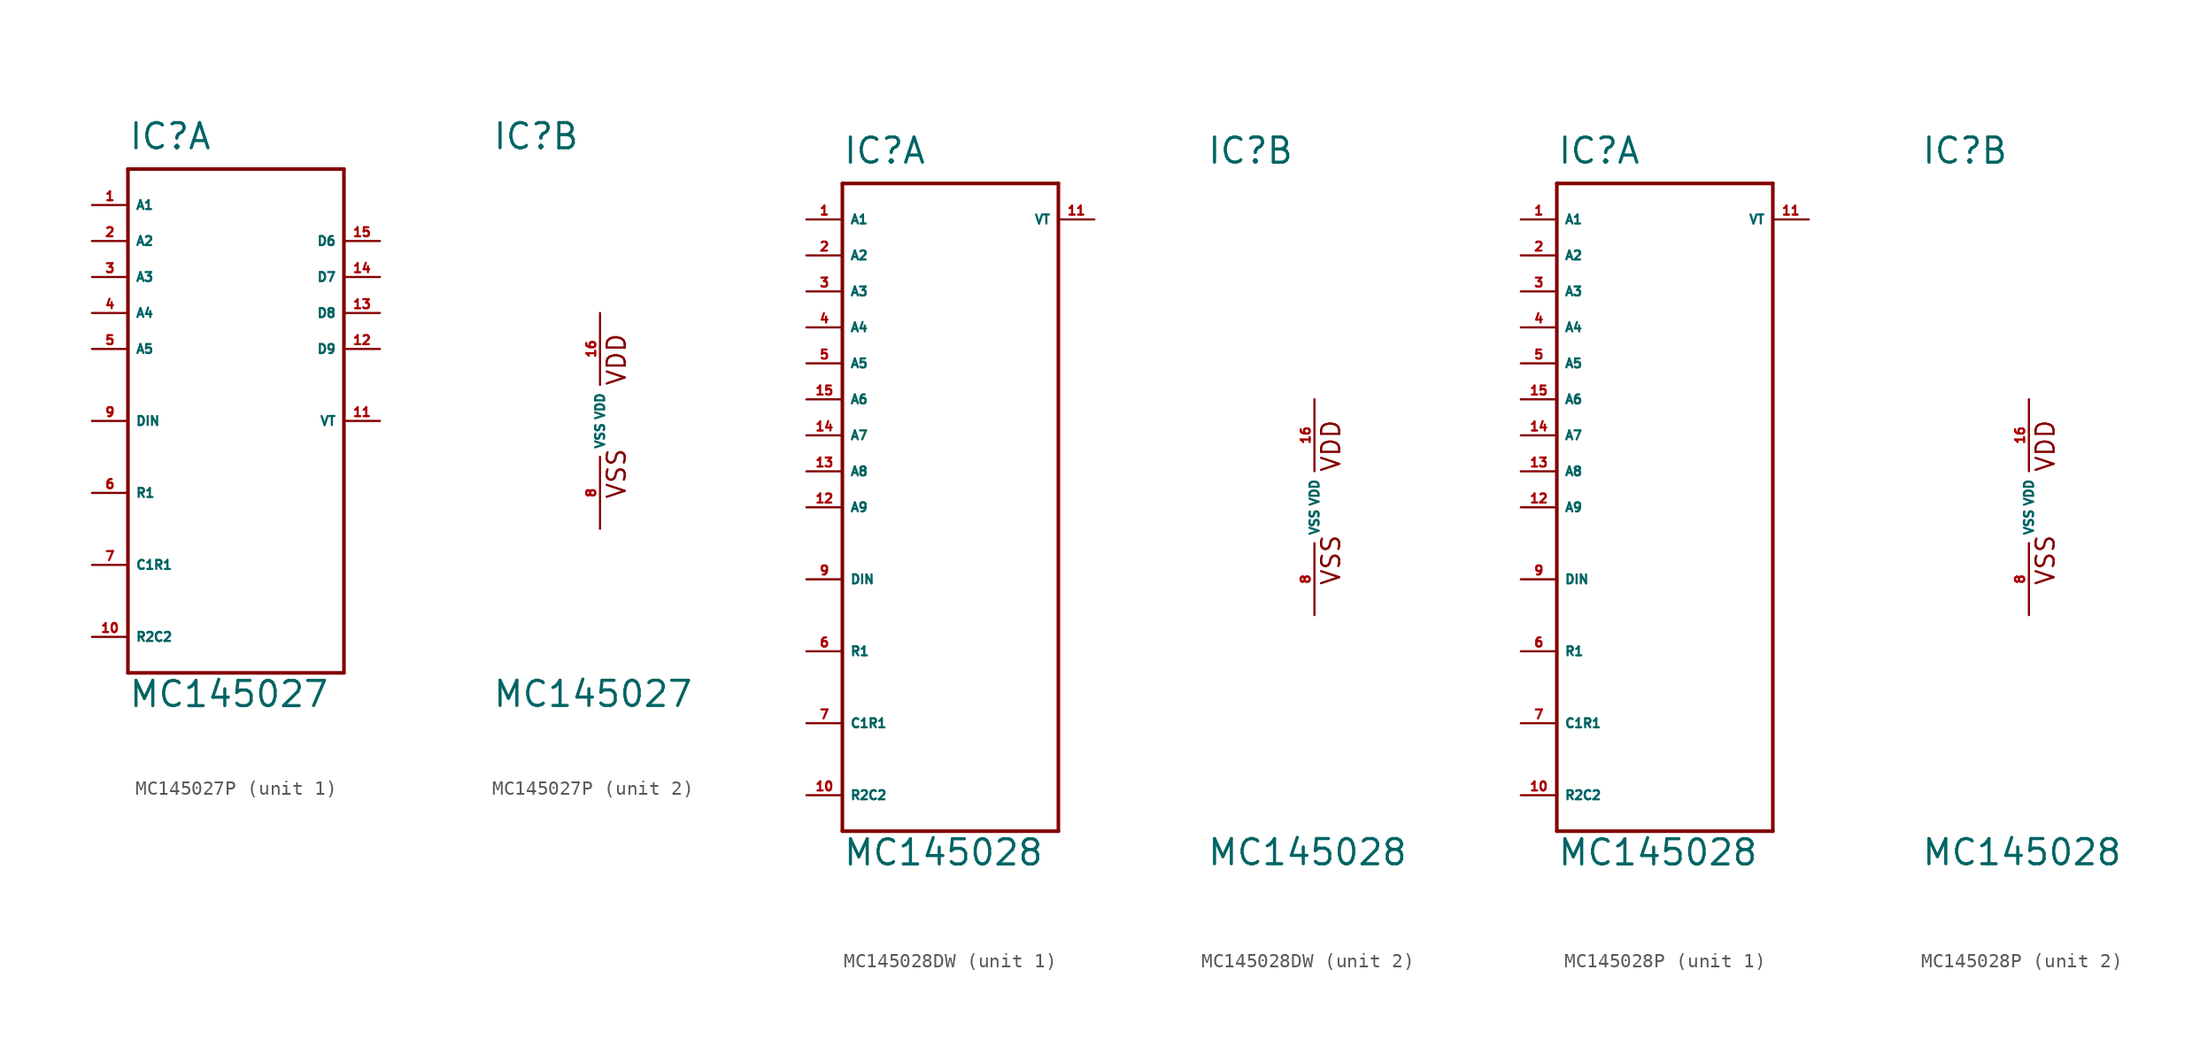
<source format=kicad_sym>
(kicad_symbol_lib
  (version 20220914)
  (generator Eagle2Kicad)
  (symbol "MC145027P"
    (property "Reference" "IC"
      (at -7.62 19.05 0)
      (effects (font (size 1.778 1.778) (thickness 0.22)) (justify left bottom)))
    (property "Value" "MC145027"
      (at -7.62 -20.32 0)
      (effects (font (size 1.778 1.778) (thickness 0.22)) (justify left bottom)))
    (symbol "MC145027P_1_0"
      (polyline (pts (xy -7.62 17.78) (xy 7.62 17.78)) (stroke (width 0.254) (type default)) (fill (type none)))
      (polyline (pts (xy 7.62 17.78) (xy 7.62 -17.78)) (stroke (width 0.254) (type default)) (fill (type none)))
      (polyline (pts (xy 7.62 -17.78) (xy -7.62 -17.78)) (stroke (width 0.254) (type default)) (fill (type none)))
      (polyline (pts (xy -7.62 -17.78) (xy -7.62 17.78)) (stroke (width 0.254) (type default)) (fill (type none)))
      (pin input line (at -10.16 15.24 0) (length 2.54) (name "A1" (effects (font (size 0.635 0.635) (thickness 0.08)) (justify left bottom))) (number "1" (effects (font (size 0.635 0.635) (thickness 0.08)) (justify left bottom))))
      (pin input line (at -10.16 12.7 0) (length 2.54) (name "A2" (effects (font (size 0.635 0.635) (thickness 0.08)) (justify left bottom))) (number "2" (effects (font (size 0.635 0.635) (thickness 0.08)) (justify left bottom))))
      (pin input line (at -10.16 10.16 0) (length 2.54) (name "A3" (effects (font (size 0.635 0.635) (thickness 0.08)) (justify left bottom))) (number "3" (effects (font (size 0.635 0.635) (thickness 0.08)) (justify left bottom))))
      (pin input line (at -10.16 7.62 0) (length 2.54) (name "A4" (effects (font (size 0.635 0.635) (thickness 0.08)) (justify left bottom))) (number "4" (effects (font (size 0.635 0.635) (thickness 0.08)) (justify left bottom))))
      (pin input line (at -10.16 5.08 0) (length 2.54) (name "A5" (effects (font (size 0.635 0.635) (thickness 0.08)) (justify left bottom))) (number "5" (effects (font (size 0.635 0.635) (thickness 0.08)) (justify left bottom))))
      (pin output line (at 10.16 12.7 180) (length 2.54) (name "D6" (effects (font (size 0.635 0.635) (thickness 0.08)) (justify left bottom))) (number "15" (effects (font (size 0.635 0.635) (thickness 0.08)) (justify left bottom))))
      (pin output line (at 10.16 10.16 180) (length 2.54) (name "D7" (effects (font (size 0.635 0.635) (thickness 0.08)) (justify left bottom))) (number "14" (effects (font (size 0.635 0.635) (thickness 0.08)) (justify left bottom))))
      (pin output line (at 10.16 7.62 180) (length 2.54) (name "D8" (effects (font (size 0.635 0.635) (thickness 0.08)) (justify left bottom))) (number "13" (effects (font (size 0.635 0.635) (thickness 0.08)) (justify left bottom))))
      (pin output line (at 10.16 5.08 180) (length 2.54) (name "D9" (effects (font (size 0.635 0.635) (thickness 0.08)) (justify left bottom))) (number "12" (effects (font (size 0.635 0.635) (thickness 0.08)) (justify left bottom))))
      (pin input line (at -10.16 0 0) (length 2.54) (name "DIN" (effects (font (size 0.635 0.635) (thickness 0.08)) (justify left bottom))) (number "9" (effects (font (size 0.635 0.635) (thickness 0.08)) (justify left bottom))))
      (pin output line (at 10.16 0 180) (length 2.54) (name "VT" (effects (font (size 0.635 0.635) (thickness 0.08)) (justify left bottom))) (number "11" (effects (font (size 0.635 0.635) (thickness 0.08)) (justify left bottom))))
      (pin passive line (at -10.16 -5.08 0) (length 2.54) (name "R1" (effects (font (size 0.635 0.635) (thickness 0.08)) (justify left bottom))) (number "6" (effects (font (size 0.635 0.635) (thickness 0.08)) (justify left bottom))))
      (pin passive line (at -10.16 -10.16 0) (length 2.54) (name "C1R1" (effects (font (size 0.635 0.635) (thickness 0.08)) (justify left bottom))) (number "7" (effects (font (size 0.635 0.635) (thickness 0.08)) (justify left bottom))))
      (pin passive line (at -10.16 -15.24 0) (length 2.54) (name "R2C2" (effects (font (size 0.635 0.635) (thickness 0.08)) (justify left bottom))) (number "10" (effects (font (size 0.635 0.635) (thickness 0.08)) (justify left bottom)))))
    (symbol "MC145027P_2_0"
      (text "VSS" (at 1.905 -5.588 900) (effects (font (size 1.27 1.27) (thickness 0.16)) (justify left bottom)))
      (text "VDD" (at 1.905 2.413 900) (effects (font (size 1.27 1.27) (thickness 0.16)) (justify left bottom)))
      (pin unspecified line (at 0 -7.62 90) (length 5.08) (name "VSS" (effects (font (size 0.635 0.635) (thickness 0.08)) (justify left bottom))) (number "8" (effects (font (size 0.635 0.635) (thickness 0.08)) (justify left bottom))))
      (pin unspecified line (at 0 7.62 270) (length 5.08) (name "VDD" (effects (font (size 0.635 0.635) (thickness 0.08)) (justify left bottom))) (number "16" (effects (font (size 0.635 0.635) (thickness 0.08)) (justify left bottom))))))
  (symbol "MC145028DW"
    (property "Reference" "IC"
      (at -7.62 24.13 0)
      (effects (font (size 1.778 1.778) (thickness 0.22)) (justify left bottom)))
    (property "Value" "MC145028"
      (at -7.62 -25.4 0)
      (effects (font (size 1.778 1.778) (thickness 0.22)) (justify left bottom)))
    (symbol "MC145028DW_1_0"
      (polyline (pts (xy -7.62 22.86) (xy 7.62 22.86)) (stroke (width 0.254) (type default)) (fill (type none)))
      (polyline (pts (xy 7.62 22.86) (xy 7.62 -22.86)) (stroke (width 0.254) (type default)) (fill (type none)))
      (polyline (pts (xy 7.62 -22.86) (xy -7.62 -22.86)) (stroke (width 0.254) (type default)) (fill (type none)))
      (polyline (pts (xy -7.62 -22.86) (xy -7.62 22.86)) (stroke (width 0.254) (type default)) (fill (type none)))
      (pin input line (at -10.16 20.32 0) (length 2.54) (name "A1" (effects (font (size 0.635 0.635) (thickness 0.08)) (justify left bottom))) (number "1" (effects (font (size 0.635 0.635) (thickness 0.08)) (justify left bottom))))
      (pin input line (at -10.16 17.78 0) (length 2.54) (name "A2" (effects (font (size 0.635 0.635) (thickness 0.08)) (justify left bottom))) (number "2" (effects (font (size 0.635 0.635) (thickness 0.08)) (justify left bottom))))
      (pin input line (at -10.16 15.24 0) (length 2.54) (name "A3" (effects (font (size 0.635 0.635) (thickness 0.08)) (justify left bottom))) (number "3" (effects (font (size 0.635 0.635) (thickness 0.08)) (justify left bottom))))
      (pin input line (at -10.16 12.7 0) (length 2.54) (name "A4" (effects (font (size 0.635 0.635) (thickness 0.08)) (justify left bottom))) (number "4" (effects (font (size 0.635 0.635) (thickness 0.08)) (justify left bottom))))
      (pin input line (at -10.16 10.16 0) (length 2.54) (name "A5" (effects (font (size 0.635 0.635) (thickness 0.08)) (justify left bottom))) (number "5" (effects (font (size 0.635 0.635) (thickness 0.08)) (justify left bottom))))
      (pin input line (at -10.16 -5.08 0) (length 2.54) (name "DIN" (effects (font (size 0.635 0.635) (thickness 0.08)) (justify left bottom))) (number "9" (effects (font (size 0.635 0.635) (thickness 0.08)) (justify left bottom))))
      (pin output line (at 10.16 20.32 180) (length 2.54) (name "VT" (effects (font (size 0.635 0.635) (thickness 0.08)) (justify left bottom))) (number "11" (effects (font (size 0.635 0.635) (thickness 0.08)) (justify left bottom))))
      (pin passive line (at -10.16 -10.16 0) (length 2.54) (name "R1" (effects (font (size 0.635 0.635) (thickness 0.08)) (justify left bottom))) (number "6" (effects (font (size 0.635 0.635) (thickness 0.08)) (justify left bottom))))
      (pin passive line (at -10.16 -15.24 0) (length 2.54) (name "C1R1" (effects (font (size 0.635 0.635) (thickness 0.08)) (justify left bottom))) (number "7" (effects (font (size 0.635 0.635) (thickness 0.08)) (justify left bottom))))
      (pin passive line (at -10.16 -20.32 0) (length 2.54) (name "R2C2" (effects (font (size 0.635 0.635) (thickness 0.08)) (justify left bottom))) (number "10" (effects (font (size 0.635 0.635) (thickness 0.08)) (justify left bottom))))
      (pin input line (at -10.16 7.62 0) (length 2.54) (name "A6" (effects (font (size 0.635 0.635) (thickness 0.08)) (justify left bottom))) (number "15" (effects (font (size 0.635 0.635) (thickness 0.08)) (justify left bottom))))
      (pin input line (at -10.16 5.08 0) (length 2.54) (name "A7" (effects (font (size 0.635 0.635) (thickness 0.08)) (justify left bottom))) (number "14" (effects (font (size 0.635 0.635) (thickness 0.08)) (justify left bottom))))
      (pin input line (at -10.16 2.54 0) (length 2.54) (name "A8" (effects (font (size 0.635 0.635) (thickness 0.08)) (justify left bottom))) (number "13" (effects (font (size 0.635 0.635) (thickness 0.08)) (justify left bottom))))
      (pin input line (at -10.16 0 0) (length 2.54) (name "A9" (effects (font (size 0.635 0.635) (thickness 0.08)) (justify left bottom))) (number "12" (effects (font (size 0.635 0.635) (thickness 0.08)) (justify left bottom)))))
    (symbol "MC145028DW_2_0"
      (text "VSS" (at 1.905 -5.588 900) (effects (font (size 1.27 1.27) (thickness 0.16)) (justify left bottom)))
      (text "VDD" (at 1.905 2.413 900) (effects (font (size 1.27 1.27) (thickness 0.16)) (justify left bottom)))
      (pin unspecified line (at 0 -7.62 90) (length 5.08) (name "VSS" (effects (font (size 0.635 0.635) (thickness 0.08)) (justify left bottom))) (number "8" (effects (font (size 0.635 0.635) (thickness 0.08)) (justify left bottom))))
      (pin unspecified line (at 0 7.62 270) (length 5.08) (name "VDD" (effects (font (size 0.635 0.635) (thickness 0.08)) (justify left bottom))) (number "16" (effects (font (size 0.635 0.635) (thickness 0.08)) (justify left bottom))))))
  (symbol "MC145028P"
    (property "Reference" "IC"
      (at -7.62 24.13 0)
      (effects (font (size 1.778 1.778) (thickness 0.22)) (justify left bottom)))
    (property "Value" "MC145028"
      (at -7.62 -25.4 0)
      (effects (font (size 1.778 1.778) (thickness 0.22)) (justify left bottom)))
    (symbol "MC145028P_1_0"
      (polyline (pts (xy -7.62 22.86) (xy 7.62 22.86)) (stroke (width 0.254) (type default)) (fill (type none)))
      (polyline (pts (xy 7.62 22.86) (xy 7.62 -22.86)) (stroke (width 0.254) (type default)) (fill (type none)))
      (polyline (pts (xy 7.62 -22.86) (xy -7.62 -22.86)) (stroke (width 0.254) (type default)) (fill (type none)))
      (polyline (pts (xy -7.62 -22.86) (xy -7.62 22.86)) (stroke (width 0.254) (type default)) (fill (type none)))
      (pin input line (at -10.16 20.32 0) (length 2.54) (name "A1" (effects (font (size 0.635 0.635) (thickness 0.08)) (justify left bottom))) (number "1" (effects (font (size 0.635 0.635) (thickness 0.08)) (justify left bottom))))
      (pin input line (at -10.16 17.78 0) (length 2.54) (name "A2" (effects (font (size 0.635 0.635) (thickness 0.08)) (justify left bottom))) (number "2" (effects (font (size 0.635 0.635) (thickness 0.08)) (justify left bottom))))
      (pin input line (at -10.16 15.24 0) (length 2.54) (name "A3" (effects (font (size 0.635 0.635) (thickness 0.08)) (justify left bottom))) (number "3" (effects (font (size 0.635 0.635) (thickness 0.08)) (justify left bottom))))
      (pin input line (at -10.16 12.7 0) (length 2.54) (name "A4" (effects (font (size 0.635 0.635) (thickness 0.08)) (justify left bottom))) (number "4" (effects (font (size 0.635 0.635) (thickness 0.08)) (justify left bottom))))
      (pin input line (at -10.16 10.16 0) (length 2.54) (name "A5" (effects (font (size 0.635 0.635) (thickness 0.08)) (justify left bottom))) (number "5" (effects (font (size 0.635 0.635) (thickness 0.08)) (justify left bottom))))
      (pin input line (at -10.16 -5.08 0) (length 2.54) (name "DIN" (effects (font (size 0.635 0.635) (thickness 0.08)) (justify left bottom))) (number "9" (effects (font (size 0.635 0.635) (thickness 0.08)) (justify left bottom))))
      (pin output line (at 10.16 20.32 180) (length 2.54) (name "VT" (effects (font (size 0.635 0.635) (thickness 0.08)) (justify left bottom))) (number "11" (effects (font (size 0.635 0.635) (thickness 0.08)) (justify left bottom))))
      (pin passive line (at -10.16 -10.16 0) (length 2.54) (name "R1" (effects (font (size 0.635 0.635) (thickness 0.08)) (justify left bottom))) (number "6" (effects (font (size 0.635 0.635) (thickness 0.08)) (justify left bottom))))
      (pin passive line (at -10.16 -15.24 0) (length 2.54) (name "C1R1" (effects (font (size 0.635 0.635) (thickness 0.08)) (justify left bottom))) (number "7" (effects (font (size 0.635 0.635) (thickness 0.08)) (justify left bottom))))
      (pin passive line (at -10.16 -20.32 0) (length 2.54) (name "R2C2" (effects (font (size 0.635 0.635) (thickness 0.08)) (justify left bottom))) (number "10" (effects (font (size 0.635 0.635) (thickness 0.08)) (justify left bottom))))
      (pin input line (at -10.16 7.62 0) (length 2.54) (name "A6" (effects (font (size 0.635 0.635) (thickness 0.08)) (justify left bottom))) (number "15" (effects (font (size 0.635 0.635) (thickness 0.08)) (justify left bottom))))
      (pin input line (at -10.16 5.08 0) (length 2.54) (name "A7" (effects (font (size 0.635 0.635) (thickness 0.08)) (justify left bottom))) (number "14" (effects (font (size 0.635 0.635) (thickness 0.08)) (justify left bottom))))
      (pin input line (at -10.16 2.54 0) (length 2.54) (name "A8" (effects (font (size 0.635 0.635) (thickness 0.08)) (justify left bottom))) (number "13" (effects (font (size 0.635 0.635) (thickness 0.08)) (justify left bottom))))
      (pin input line (at -10.16 0 0) (length 2.54) (name "A9" (effects (font (size 0.635 0.635) (thickness 0.08)) (justify left bottom))) (number "12" (effects (font (size 0.635 0.635) (thickness 0.08)) (justify left bottom)))))
    (symbol "MC145028P_2_0"
      (text "VSS" (at 1.905 -5.588 900) (effects (font (size 1.27 1.27) (thickness 0.16)) (justify left bottom)))
      (text "VDD" (at 1.905 2.413 900) (effects (font (size 1.27 1.27) (thickness 0.16)) (justify left bottom)))
      (pin unspecified line (at 0 -7.62 90) (length 5.08) (name "VSS" (effects (font (size 0.635 0.635) (thickness 0.08)) (justify left bottom))) (number "8" (effects (font (size 0.635 0.635) (thickness 0.08)) (justify left bottom))))
      (pin unspecified line (at 0 7.62 270) (length 5.08) (name "VDD" (effects (font (size 0.635 0.635) (thickness 0.08)) (justify left bottom))) (number "16" (effects (font (size 0.635 0.635) (thickness 0.08)) (justify left bottom)))))))
</source>
